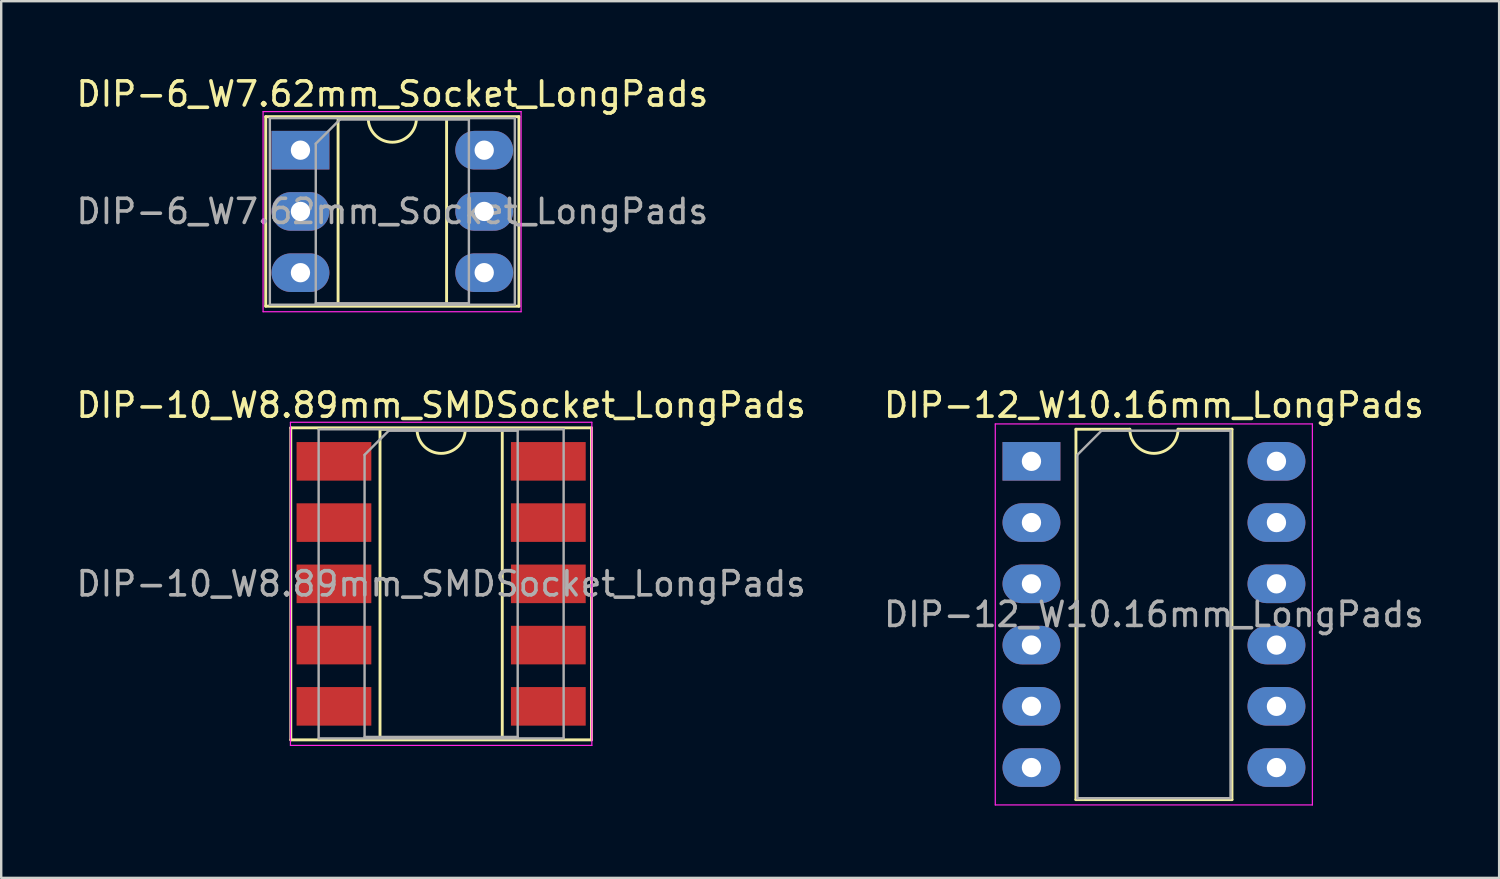
<source format=kicad_pcb>
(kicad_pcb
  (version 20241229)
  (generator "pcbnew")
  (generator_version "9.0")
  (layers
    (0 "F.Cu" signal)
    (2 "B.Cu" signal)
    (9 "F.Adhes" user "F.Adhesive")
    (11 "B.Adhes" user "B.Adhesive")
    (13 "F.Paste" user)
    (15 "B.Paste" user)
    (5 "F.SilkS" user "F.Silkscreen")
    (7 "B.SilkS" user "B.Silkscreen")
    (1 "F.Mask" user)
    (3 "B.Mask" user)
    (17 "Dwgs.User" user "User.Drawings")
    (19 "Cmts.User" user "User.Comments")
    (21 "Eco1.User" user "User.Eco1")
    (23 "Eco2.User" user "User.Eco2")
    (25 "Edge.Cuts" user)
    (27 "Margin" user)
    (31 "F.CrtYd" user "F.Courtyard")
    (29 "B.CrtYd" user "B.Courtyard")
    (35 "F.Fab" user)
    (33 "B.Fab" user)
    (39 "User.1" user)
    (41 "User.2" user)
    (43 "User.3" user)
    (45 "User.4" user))
  (footprint "DIP-6_W7.62mm_Socket_LongPads"
    (layer "F.Cu")
    (at 9.41 3.178)
    (property "Reference" "DIP-6_W7.62mm_Socket_LongPads" (at 3.81 -2.33 0) (layer "F.SilkS") (effects (font (size 1 1) (thickness 0.15))))
    (attr through_hole)
    (fp_line (start -1.44 -1.39) (end -1.44 6.47) (stroke (width 0.12) (type solid)) (layer "F.SilkS"))
    (fp_line (start -1.44 6.47) (end 9.06 6.47) (stroke (width 0.12) (type solid)) (layer "F.SilkS"))
    (fp_line (start 1.56 -1.33) (end 1.56 6.41) (stroke (width 0.12) (type solid)) (layer "F.SilkS"))
    (fp_line (start 1.56 6.41) (end 6.06 6.41) (stroke (width 0.12) (type solid)) (layer "F.SilkS"))
    (fp_line (start 2.81 -1.33) (end 1.56 -1.33) (stroke (width 0.12) (type solid)) (layer "F.SilkS"))
    (fp_line (start 6.06 -1.33) (end 4.81 -1.33) (stroke (width 0.12) (type solid)) (layer "F.SilkS"))
    (fp_line (start 6.06 6.41) (end 6.06 -1.33) (stroke (width 0.12) (type solid)) (layer "F.SilkS"))
    (fp_line (start 9.06 -1.39) (end -1.44 -1.39) (stroke (width 0.12) (type solid)) (layer "F.SilkS"))
    (fp_line (start 9.06 6.47) (end 9.06 -1.39) (stroke (width 0.12) (type solid)) (layer "F.SilkS"))
    (fp_arc (start 4.81 -1.33) (mid 3.81 -0.33) (end 2.81 -1.33) (stroke (width 0.12) (type solid)) (layer "F.SilkS"))
    (fp_line (start -1.55 -1.6) (end -1.55 6.7) (stroke (width 0.05) (type solid)) (layer "F.CrtYd"))
    (fp_line (start -1.55 6.7) (end 9.15 6.7) (stroke (width 0.05) (type solid)) (layer "F.CrtYd"))
    (fp_line (start 9.15 -1.6) (end -1.55 -1.6) (stroke (width 0.05) (type solid)) (layer "F.CrtYd"))
    (fp_line (start 9.15 6.7) (end 9.15 -1.6) (stroke (width 0.05) (type solid)) (layer "F.CrtYd"))
    (fp_line (start -1.27 -1.33) (end -1.27 6.41) (stroke (width 0.1) (type solid)) (layer "F.Fab"))
    (fp_line (start -1.27 6.41) (end 8.89 6.41) (stroke (width 0.1) (type solid)) (layer "F.Fab"))
    (fp_line (start 0.635 -0.27) (end 1.635 -1.27) (stroke (width 0.1) (type solid)) (layer "F.Fab"))
    (fp_line (start 0.635 6.35) (end 0.635 -0.27) (stroke (width 0.1) (type solid)) (layer "F.Fab"))
    (fp_line (start 1.635 -1.27) (end 6.985 -1.27) (stroke (width 0.1) (type solid)) (layer "F.Fab"))
    (fp_line (start 6.985 -1.27) (end 6.985 6.35) (stroke (width 0.1) (type solid)) (layer "F.Fab"))
    (fp_line (start 6.985 6.35) (end 0.635 6.35) (stroke (width 0.1) (type solid)) (layer "F.Fab"))
    (fp_line (start 8.89 -1.33) (end -1.27 -1.33) (stroke (width 0.1) (type solid)) (layer "F.Fab"))
    (fp_line (start 8.89 6.41) (end 8.89 -1.33) (stroke (width 0.1) (type solid)) (layer "F.Fab"))
    (fp_text user "${REFERENCE}" (at 3.81 2.54 0) (layer "F.Fab") (effects (font (size 1 1) (thickness 0.15))))
    (pad "1" thru_hole rect (at 0 0) (size 2.4 1.6) (drill 0.8) (layers "*.Cu" "*.Mask"))
    (pad "2" thru_hole oval (at 0 2.54) (size 2.4 1.6) (drill 0.8) (layers "*.Cu" "*.Mask"))
    (pad "3" thru_hole oval (at 0 5.08) (size 2.4 1.6) (drill 0.8) (layers "*.Cu" "*.Mask"))
    (pad "4" thru_hole oval (at 7.62 5.08) (size 2.4 1.6) (drill 0.8) (layers "*.Cu" "*.Mask"))
    (pad "5" thru_hole oval (at 7.62 2.54) (size 2.4 1.6) (drill 0.8) (layers "*.Cu" "*.Mask"))
    (pad "6" thru_hole oval (at 7.62 0) (size 2.4 1.6) (drill 0.8) (layers "*.Cu" "*.Mask")))
  (footprint "DIP-12_W10.16mm_LongPads"
    (layer "F.Cu")
    (at 39.724 16.081)
    (property "Reference" "DIP-12_W10.16mm_LongPads" (at 5.08 -2.33 0) (layer "F.SilkS") (effects (font (size 1 1) (thickness 0.15))))
    (attr through_hole)
    (fp_line (start 1.845 -1.33) (end 1.845 14.03) (stroke (width 0.12) (type solid)) (layer "F.SilkS"))
    (fp_line (start 1.845 14.03) (end 8.315 14.03) (stroke (width 0.12) (type solid)) (layer "F.SilkS"))
    (fp_line (start 4.08 -1.33) (end 1.845 -1.33) (stroke (width 0.12) (type solid)) (layer "F.SilkS"))
    (fp_line (start 8.315 -1.33) (end 6.08 -1.33) (stroke (width 0.12) (type solid)) (layer "F.SilkS"))
    (fp_line (start 8.315 14.03) (end 8.315 -1.33) (stroke (width 0.12) (type solid)) (layer "F.SilkS"))
    (fp_arc (start 6.08 -1.33) (mid 5.08 -0.33) (end 4.08 -1.33) (stroke (width 0.12) (type solid)) (layer "F.SilkS"))
    (fp_line (start -1.5 -1.55) (end -1.5 14.25) (stroke (width 0.05) (type solid)) (layer "F.CrtYd"))
    (fp_line (start -1.5 14.25) (end 11.65 14.25) (stroke (width 0.05) (type solid)) (layer "F.CrtYd"))
    (fp_line (start 11.65 -1.55) (end -1.5 -1.55) (stroke (width 0.05) (type solid)) (layer "F.CrtYd"))
    (fp_line (start 11.65 14.25) (end 11.65 -1.55) (stroke (width 0.05) (type solid)) (layer "F.CrtYd"))
    (fp_line (start 1.905 -0.27) (end 2.905 -1.27) (stroke (width 0.1) (type solid)) (layer "F.Fab"))
    (fp_line (start 1.905 13.97) (end 1.905 -0.27) (stroke (width 0.1) (type solid)) (layer "F.Fab"))
    (fp_line (start 2.905 -1.27) (end 8.255 -1.27) (stroke (width 0.1) (type solid)) (layer "F.Fab"))
    (fp_line (start 8.255 -1.27) (end 8.255 13.97) (stroke (width 0.1) (type solid)) (layer "F.Fab"))
    (fp_line (start 8.255 13.97) (end 1.905 13.97) (stroke (width 0.1) (type solid)) (layer "F.Fab"))
    (fp_text user "${REFERENCE}" (at 5.08 6.35 0) (layer "F.Fab") (effects (font (size 1 1) (thickness 0.15))))
    (pad "1" thru_hole rect (at 0 0) (size 2.4 1.6) (drill 0.8) (layers "*.Cu" "*.Mask"))
    (pad "2" thru_hole oval (at 0 2.54) (size 2.4 1.6) (drill 0.8) (layers "*.Cu" "*.Mask"))
    (pad "3" thru_hole oval (at 0 5.08) (size 2.4 1.6) (drill 0.8) (layers "*.Cu" "*.Mask"))
    (pad "4" thru_hole oval (at 0 7.62) (size 2.4 1.6) (drill 0.8) (layers "*.Cu" "*.Mask"))
    (pad "5" thru_hole oval (at 0 10.16) (size 2.4 1.6) (drill 0.8) (layers "*.Cu" "*.Mask"))
    (pad "6" thru_hole oval (at 0 12.7) (size 2.4 1.6) (drill 0.8) (layers "*.Cu" "*.Mask"))
    (pad "7" thru_hole oval (at 10.16 12.7) (size 2.4 1.6) (drill 0.8) (layers "*.Cu" "*.Mask"))
    (pad "8" thru_hole oval (at 10.16 10.16) (size 2.4 1.6) (drill 0.8) (layers "*.Cu" "*.Mask"))
    (pad "9" thru_hole oval (at 10.16 7.62) (size 2.4 1.6) (drill 0.8) (layers "*.Cu" "*.Mask"))
    (pad "10" thru_hole oval (at 10.16 5.08) (size 2.4 1.6) (drill 0.8) (layers "*.Cu" "*.Mask"))
    (pad "11" thru_hole oval (at 10.16 2.54) (size 2.4 1.6) (drill 0.8) (layers "*.Cu" "*.Mask"))
    (pad "12" thru_hole oval (at 10.16 0) (size 2.4 1.6) (drill 0.8) (layers "*.Cu" "*.Mask")))
  (footprint "DIP-10_W8.89mm_SMDSocket_LongPads"
    (layer "F.Cu")
    (at 15.244 21.162)
    (property "Reference" "DIP-10_W8.89mm_SMDSocket_LongPads" (at 0 -7.41 0) (layer "F.SilkS") (effects (font (size 1 1) (thickness 0.15))))
    (attr smd)
    (fp_line (start -6.235 -6.47) (end -6.235 6.47) (stroke (width 0.12) (type solid)) (layer "F.SilkS"))
    (fp_line (start -6.235 6.47) (end 6.235 6.47) (stroke (width 0.12) (type solid)) (layer "F.SilkS"))
    (fp_line (start -2.535 -6.41) (end -2.535 6.41) (stroke (width 0.12) (type solid)) (layer "F.SilkS"))
    (fp_line (start -2.535 6.41) (end 2.535 6.41) (stroke (width 0.12) (type solid)) (layer "F.SilkS"))
    (fp_line (start -1 -6.41) (end -2.535 -6.41) (stroke (width 0.12) (type solid)) (layer "F.SilkS"))
    (fp_line (start 2.535 -6.41) (end 1 -6.41) (stroke (width 0.12) (type solid)) (layer "F.SilkS"))
    (fp_line (start 2.535 6.41) (end 2.535 -6.41) (stroke (width 0.12) (type solid)) (layer "F.SilkS"))
    (fp_line (start 6.235 -6.47) (end -6.235 -6.47) (stroke (width 0.12) (type solid)) (layer "F.SilkS"))
    (fp_line (start 6.235 6.47) (end 6.235 -6.47) (stroke (width 0.12) (type solid)) (layer "F.SilkS"))
    (fp_arc (start 1 -6.41) (mid 0 -5.41) (end -1 -6.41) (stroke (width 0.12) (type solid)) (layer "F.SilkS"))
    (fp_line (start -6.25 -6.7) (end -6.25 6.7) (stroke (width 0.05) (type solid)) (layer "F.CrtYd"))
    (fp_line (start -6.25 6.7) (end 6.25 6.7) (stroke (width 0.05) (type solid)) (layer "F.CrtYd"))
    (fp_line (start 6.25 -6.7) (end -6.25 -6.7) (stroke (width 0.05) (type solid)) (layer "F.CrtYd"))
    (fp_line (start 6.25 6.7) (end 6.25 -6.7) (stroke (width 0.05) (type solid)) (layer "F.CrtYd"))
    (fp_line (start -5.08 -6.41) (end -5.08 6.41) (stroke (width 0.1) (type solid)) (layer "F.Fab"))
    (fp_line (start -5.08 6.41) (end 5.08 6.41) (stroke (width 0.1) (type solid)) (layer "F.Fab"))
    (fp_line (start -3.175 -5.35) (end -2.175 -6.35) (stroke (width 0.1) (type solid)) (layer "F.Fab"))
    (fp_line (start -3.175 6.35) (end -3.175 -5.35) (stroke (width 0.1) (type solid)) (layer "F.Fab"))
    (fp_line (start -2.175 -6.35) (end 3.175 -6.35) (stroke (width 0.1) (type solid)) (layer "F.Fab"))
    (fp_line (start 3.175 -6.35) (end 3.175 6.35) (stroke (width 0.1) (type solid)) (layer "F.Fab"))
    (fp_line (start 3.175 6.35) (end -3.175 6.35) (stroke (width 0.1) (type solid)) (layer "F.Fab"))
    (fp_line (start 5.08 -6.41) (end -5.08 -6.41) (stroke (width 0.1) (type solid)) (layer "F.Fab"))
    (fp_line (start 5.08 6.41) (end 5.08 -6.41) (stroke (width 0.1) (type solid)) (layer "F.Fab"))
    (fp_text user "${REFERENCE}" (at 0 0 0) (layer "F.Fab") (effects (font (size 1 1) (thickness 0.15))))
    (pad "1" smd rect (at -4.445 -5.08) (size 3.1 1.6) (layers "F.Cu" "F.Mask" "F.Paste"))
    (pad "2" smd rect (at -4.445 -2.54) (size 3.1 1.6) (layers "F.Cu" "F.Mask" "F.Paste"))
    (pad "3" smd rect (at -4.445 0) (size 3.1 1.6) (layers "F.Cu" "F.Mask" "F.Paste"))
    (pad "4" smd rect (at -4.445 2.54) (size 3.1 1.6) (layers "F.Cu" "F.Mask" "F.Paste"))
    (pad "5" smd rect (at -4.445 5.08) (size 3.1 1.6) (layers "F.Cu" "F.Mask" "F.Paste"))
    (pad "6" smd rect (at 4.445 5.08) (size 3.1 1.6) (layers "F.Cu" "F.Mask" "F.Paste"))
    (pad "7" smd rect (at 4.445 2.54) (size 3.1 1.6) (layers "F.Cu" "F.Mask" "F.Paste"))
    (pad "8" smd rect (at 4.445 0) (size 3.1 1.6) (layers "F.Cu" "F.Mask" "F.Paste"))
    (pad "9" smd rect (at 4.445 -2.54) (size 3.1 1.6) (layers "F.Cu" "F.Mask" "F.Paste"))
    (pad "10" smd rect (at 4.445 -5.08) (size 3.1 1.6) (layers "F.Cu" "F.Mask" "F.Paste")))
  (gr_rect
    (start -3 -3)
    (end 59.119 33.356)
    (stroke (width 0.1) (type default))
    (fill no)
    (layer "Edge.Cuts")))
</source>
